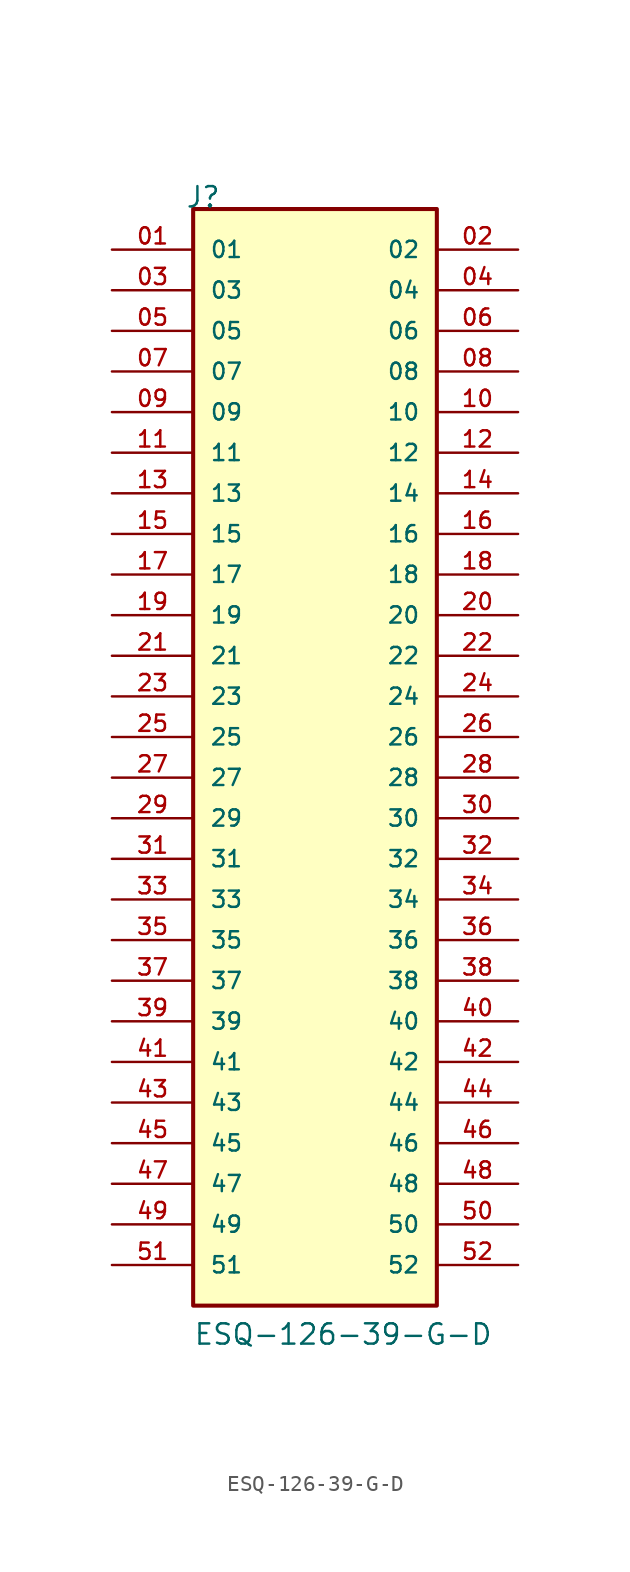
<source format=kicad_sym>
(kicad_symbol_lib
  (version 20220914)
  (generator kicad_symbol_editor)
  (symbol "ESQ-126-39-G-D"
    (pin_names
      (offset 1.016))
    (property "Reference" "J"
      (at -8.12 35.56 0)
      (effects (font (size 1.27 1.27)) (justify left bottom)))
    (property "Value" "ESQ-126-39-G-D"
      (at -7.62 -35.56 0)
      (effects (font (size 1.27 1.27)) (justify left bottom)))
    (symbol "ESQ-126-39-G-D_0_0"
      (rectangle (start -7.62 -33.02) (end 7.62 35.56) (stroke (width 0.254) (type default)) (fill (type background)))
      (pin passive line (at -12.7 33.02 0) (length 5.08) (name "01" (effects (font (size 1.016 1.016)))) (number "01" (effects (font (size 1.016 1.016)))))
      (pin passive line (at 12.7 33.02 180) (length 5.08) (name "02" (effects (font (size 1.016 1.016)))) (number "02" (effects (font (size 1.016 1.016)))))
      (pin passive line (at -12.7 30.48 0) (length 5.08) (name "03" (effects (font (size 1.016 1.016)))) (number "03" (effects (font (size 1.016 1.016)))))
      (pin passive line (at 12.7 30.48 180) (length 5.08) (name "04" (effects (font (size 1.016 1.016)))) (number "04" (effects (font (size 1.016 1.016)))))
      (pin passive line (at -12.7 27.94 0) (length 5.08) (name "05" (effects (font (size 1.016 1.016)))) (number "05" (effects (font (size 1.016 1.016)))))
      (pin passive line (at 12.7 27.94 180) (length 5.08) (name "06" (effects (font (size 1.016 1.016)))) (number "06" (effects (font (size 1.016 1.016)))))
      (pin passive line (at -12.7 25.4 0) (length 5.08) (name "07" (effects (font (size 1.016 1.016)))) (number "07" (effects (font (size 1.016 1.016)))))
      (pin passive line (at 12.7 25.4 180) (length 5.08) (name "08" (effects (font (size 1.016 1.016)))) (number "08" (effects (font (size 1.016 1.016)))))
      (pin passive line (at -12.7 22.86 0) (length 5.08) (name "09" (effects (font (size 1.016 1.016)))) (number "09" (effects (font (size 1.016 1.016)))))
      (pin passive line (at 12.7 22.86 180) (length 5.08) (name "10" (effects (font (size 1.016 1.016)))) (number "10" (effects (font (size 1.016 1.016)))))
      (pin passive line (at -12.7 20.32 0) (length 5.08) (name "11" (effects (font (size 1.016 1.016)))) (number "11" (effects (font (size 1.016 1.016)))))
      (pin passive line (at 12.7 20.32 180) (length 5.08) (name "12" (effects (font (size 1.016 1.016)))) (number "12" (effects (font (size 1.016 1.016)))))
      (pin passive line (at -12.7 17.78 0) (length 5.08) (name "13" (effects (font (size 1.016 1.016)))) (number "13" (effects (font (size 1.016 1.016)))))
      (pin passive line (at 12.7 17.78 180) (length 5.08) (name "14" (effects (font (size 1.016 1.016)))) (number "14" (effects (font (size 1.016 1.016)))))
      (pin passive line (at -12.7 15.24 0) (length 5.08) (name "15" (effects (font (size 1.016 1.016)))) (number "15" (effects (font (size 1.016 1.016)))))
      (pin passive line (at 12.7 15.24 180) (length 5.08) (name "16" (effects (font (size 1.016 1.016)))) (number "16" (effects (font (size 1.016 1.016)))))
      (pin passive line (at -12.7 12.7 0) (length 5.08) (name "17" (effects (font (size 1.016 1.016)))) (number "17" (effects (font (size 1.016 1.016)))))
      (pin passive line (at 12.7 12.7 180) (length 5.08) (name "18" (effects (font (size 1.016 1.016)))) (number "18" (effects (font (size 1.016 1.016)))))
      (pin passive line (at -12.7 10.16 0) (length 5.08) (name "19" (effects (font (size 1.016 1.016)))) (number "19" (effects (font (size 1.016 1.016)))))
      (pin passive line (at 12.7 10.16 180) (length 5.08) (name "20" (effects (font (size 1.016 1.016)))) (number "20" (effects (font (size 1.016 1.016)))))
      (pin passive line (at -12.7 7.62 0) (length 5.08) (name "21" (effects (font (size 1.016 1.016)))) (number "21" (effects (font (size 1.016 1.016)))))
      (pin passive line (at 12.7 7.62 180) (length 5.08) (name "22" (effects (font (size 1.016 1.016)))) (number "22" (effects (font (size 1.016 1.016)))))
      (pin passive line (at -12.7 5.08 0) (length 5.08) (name "23" (effects (font (size 1.016 1.016)))) (number "23" (effects (font (size 1.016 1.016)))))
      (pin passive line (at 12.7 5.08 180) (length 5.08) (name "24" (effects (font (size 1.016 1.016)))) (number "24" (effects (font (size 1.016 1.016)))))
      (pin passive line (at -12.7 2.54 0) (length 5.08) (name "25" (effects (font (size 1.016 1.016)))) (number "25" (effects (font (size 1.016 1.016)))))
      (pin passive line (at 12.7 2.54 180) (length 5.08) (name "26" (effects (font (size 1.016 1.016)))) (number "26" (effects (font (size 1.016 1.016)))))
      (pin passive line (at -12.7 0 0) (length 5.08) (name "27" (effects (font (size 1.016 1.016)))) (number "27" (effects (font (size 1.016 1.016)))))
      (pin passive line (at 12.7 0 180) (length 5.08) (name "28" (effects (font (size 1.016 1.016)))) (number "28" (effects (font (size 1.016 1.016)))))
      (pin passive line (at -12.7 -2.54 0) (length 5.08) (name "29" (effects (font (size 1.016 1.016)))) (number "29" (effects (font (size 1.016 1.016)))))
      (pin passive line (at 12.7 -2.54 180) (length 5.08) (name "30" (effects (font (size 1.016 1.016)))) (number "30" (effects (font (size 1.016 1.016)))))
      (pin passive line (at -12.7 -5.08 0) (length 5.08) (name "31" (effects (font (size 1.016 1.016)))) (number "31" (effects (font (size 1.016 1.016)))))
      (pin passive line (at 12.7 -5.08 180) (length 5.08) (name "32" (effects (font (size 1.016 1.016)))) (number "32" (effects (font (size 1.016 1.016)))))
      (pin passive line (at -12.7 -7.62 0) (length 5.08) (name "33" (effects (font (size 1.016 1.016)))) (number "33" (effects (font (size 1.016 1.016)))))
      (pin passive line (at 12.7 -7.62 180) (length 5.08) (name "34" (effects (font (size 1.016 1.016)))) (number "34" (effects (font (size 1.016 1.016)))))
      (pin passive line (at -12.7 -10.16 0) (length 5.08) (name "35" (effects (font (size 1.016 1.016)))) (number "35" (effects (font (size 1.016 1.016)))))
      (pin passive line (at 12.7 -10.16 180) (length 5.08) (name "36" (effects (font (size 1.016 1.016)))) (number "36" (effects (font (size 1.016 1.016)))))
      (pin passive line (at -12.7 -12.7 0) (length 5.08) (name "37" (effects (font (size 1.016 1.016)))) (number "37" (effects (font (size 1.016 1.016)))))
      (pin passive line (at 12.7 -12.7 180) (length 5.08) (name "38" (effects (font (size 1.016 1.016)))) (number "38" (effects (font (size 1.016 1.016)))))
      (pin passive line (at -12.7 -15.24 0) (length 5.08) (name "39" (effects (font (size 1.016 1.016)))) (number "39" (effects (font (size 1.016 1.016)))))
      (pin passive line (at 12.7 -15.24 180) (length 5.08) (name "40" (effects (font (size 1.016 1.016)))) (number "40" (effects (font (size 1.016 1.016)))))
      (pin passive line (at -12.7 -17.78 0) (length 5.08) (name "41" (effects (font (size 1.016 1.016)))) (number "41" (effects (font (size 1.016 1.016)))))
      (pin passive line (at 12.7 -17.78 180) (length 5.08) (name "42" (effects (font (size 1.016 1.016)))) (number "42" (effects (font (size 1.016 1.016)))))
      (pin passive line (at -12.7 -20.32 0) (length 5.08) (name "43" (effects (font (size 1.016 1.016)))) (number "43" (effects (font (size 1.016 1.016)))))
      (pin passive line (at 12.7 -20.32 180) (length 5.08) (name "44" (effects (font (size 1.016 1.016)))) (number "44" (effects (font (size 1.016 1.016)))))
      (pin passive line (at -12.7 -22.86 0) (length 5.08) (name "45" (effects (font (size 1.016 1.016)))) (number "45" (effects (font (size 1.016 1.016)))))
      (pin passive line (at 12.7 -22.86 180) (length 5.08) (name "46" (effects (font (size 1.016 1.016)))) (number "46" (effects (font (size 1.016 1.016)))))
      (pin passive line (at -12.7 -25.4 0) (length 5.08) (name "47" (effects (font (size 1.016 1.016)))) (number "47" (effects (font (size 1.016 1.016)))))
      (pin passive line (at 12.7 -25.4 180) (length 5.08) (name "48" (effects (font (size 1.016 1.016)))) (number "48" (effects (font (size 1.016 1.016)))))
      (pin passive line (at -12.7 -27.94 0) (length 5.08) (name "49" (effects (font (size 1.016 1.016)))) (number "49" (effects (font (size 1.016 1.016)))))
      (pin passive line (at 12.7 -27.94 180) (length 5.08) (name "50" (effects (font (size 1.016 1.016)))) (number "50" (effects (font (size 1.016 1.016)))))
      (pin passive line (at -12.7 -30.48 0) (length 5.08) (name "51" (effects (font (size 1.016 1.016)))) (number "51" (effects (font (size 1.016 1.016)))))
      (pin passive line (at 12.7 -30.48 180) (length 5.08) (name "52" (effects (font (size 1.016 1.016)))) (number "52" (effects (font (size 1.016 1.016))))))))
</source>
